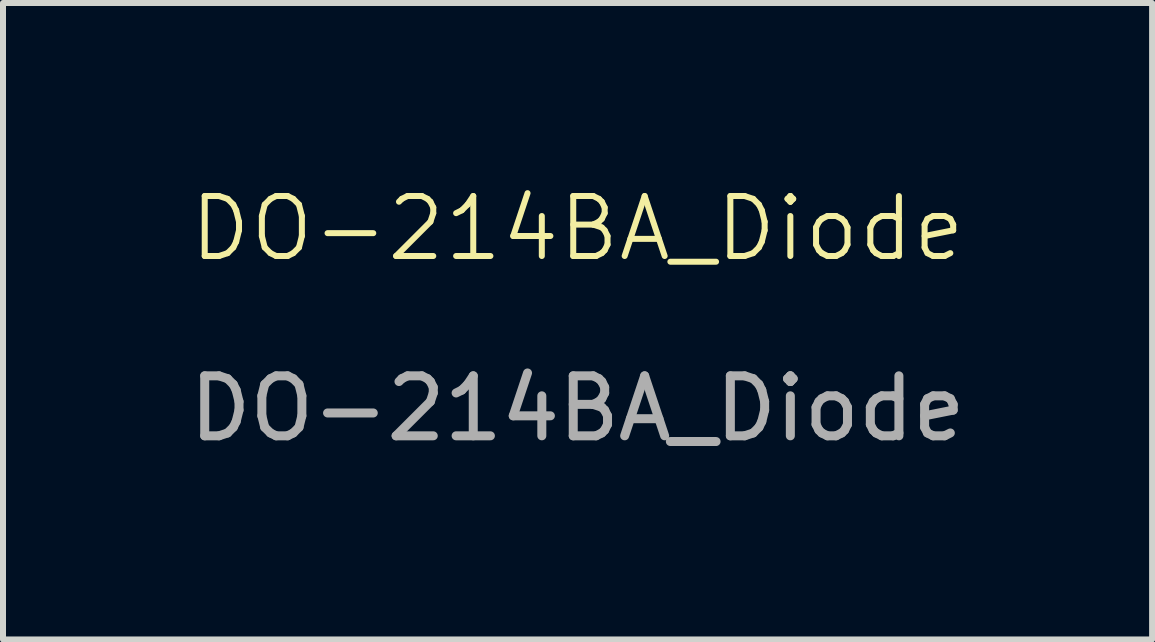
<source format=kicad_pcb>
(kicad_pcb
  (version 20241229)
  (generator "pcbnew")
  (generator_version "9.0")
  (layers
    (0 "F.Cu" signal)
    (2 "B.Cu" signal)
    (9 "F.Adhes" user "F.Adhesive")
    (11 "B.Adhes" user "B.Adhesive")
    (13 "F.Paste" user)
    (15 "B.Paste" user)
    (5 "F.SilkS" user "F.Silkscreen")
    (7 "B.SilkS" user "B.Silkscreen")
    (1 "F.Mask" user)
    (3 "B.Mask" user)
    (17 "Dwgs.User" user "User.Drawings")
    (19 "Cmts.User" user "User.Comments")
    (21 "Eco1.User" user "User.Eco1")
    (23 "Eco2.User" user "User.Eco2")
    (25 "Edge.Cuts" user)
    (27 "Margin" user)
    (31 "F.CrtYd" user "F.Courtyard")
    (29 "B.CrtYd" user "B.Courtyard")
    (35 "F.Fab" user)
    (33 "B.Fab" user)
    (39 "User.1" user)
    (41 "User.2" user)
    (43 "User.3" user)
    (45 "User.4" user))
  (footprint "DO-214BA_Diode"
    (layer "F.Cu")
    (at 6.577 1.26)
    (property "Reference" "DO-214BA_Diode" (at 0 -0.5 0) (unlocked yes) (layer "F.SilkS") (effects (font (size 1 1) (thickness 0.1))))
    (attr smd)
    (fp_text user "${REFERENCE}" (at 0 2.5 0) (unlocked yes) (layer "F.Fab") (effects (font (size 1 1) (thickness 0.15)))))
  (gr_rect
    (start -3 -3)
    (end 16.155 7.609)
    (stroke (width 0.1) (type default))
    (fill no)
    (layer "Edge.Cuts")))
</source>
